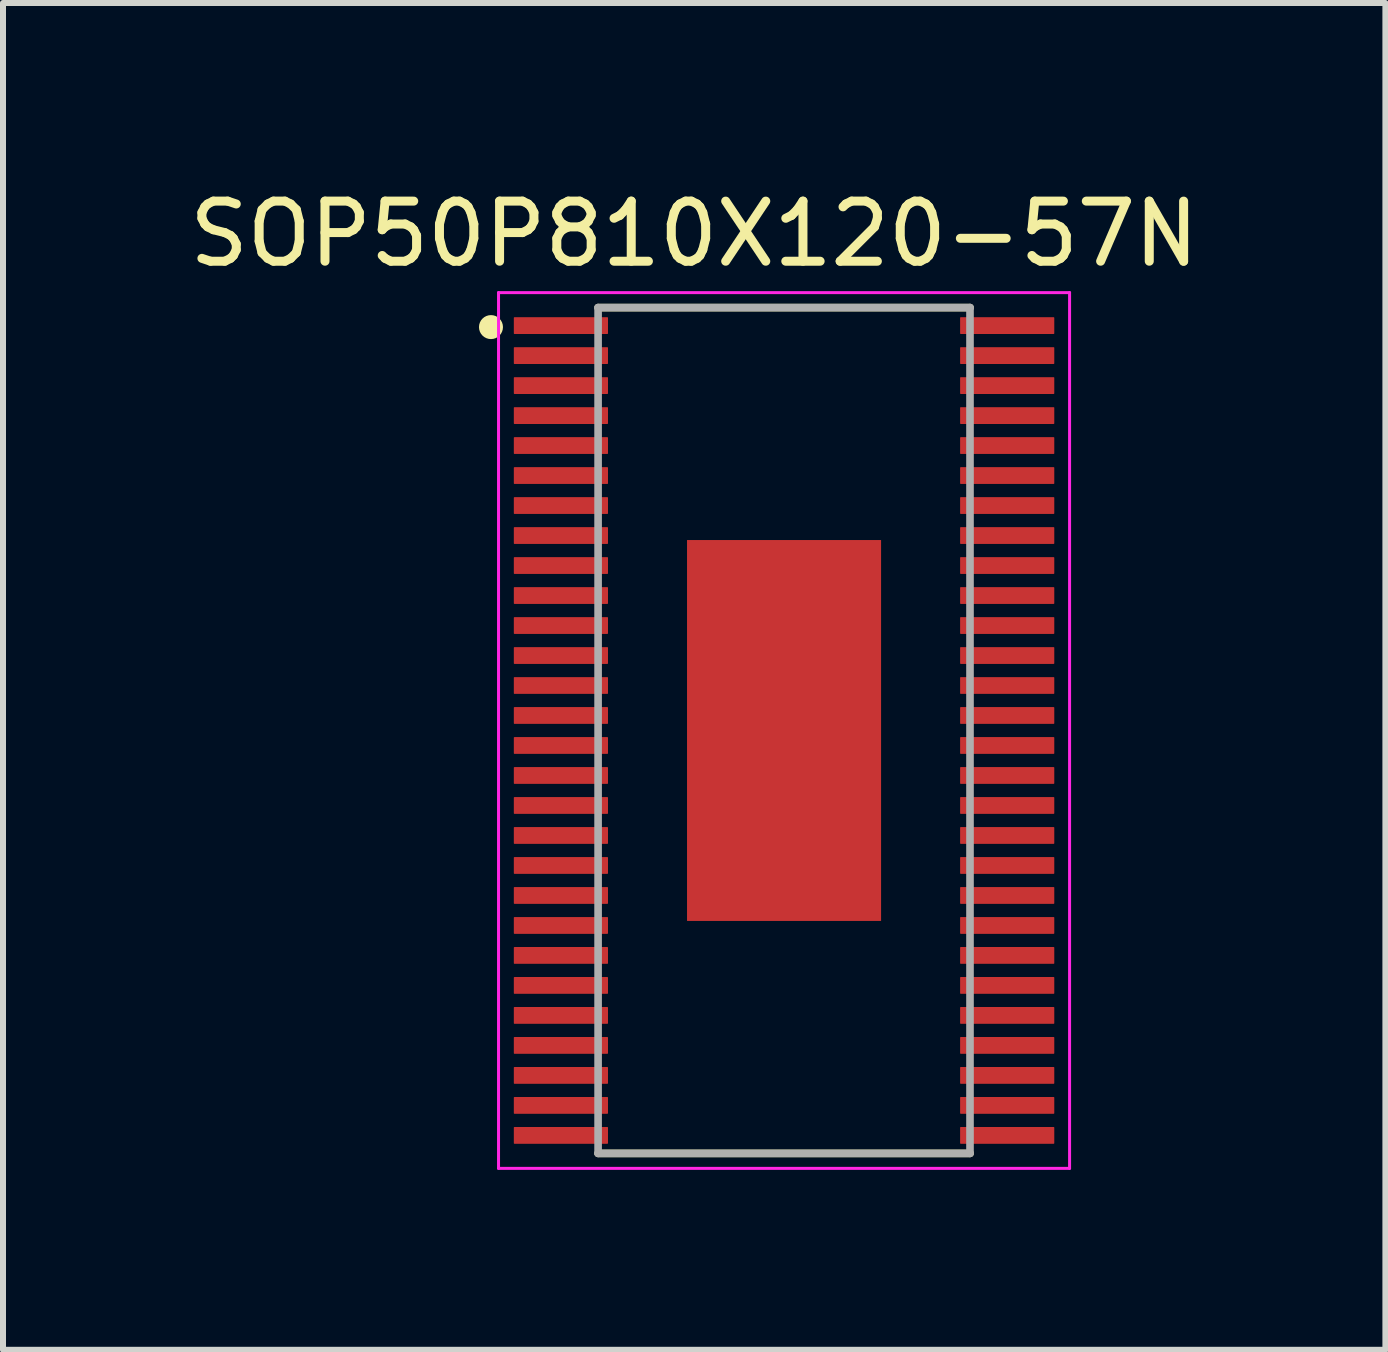
<source format=kicad_pcb>
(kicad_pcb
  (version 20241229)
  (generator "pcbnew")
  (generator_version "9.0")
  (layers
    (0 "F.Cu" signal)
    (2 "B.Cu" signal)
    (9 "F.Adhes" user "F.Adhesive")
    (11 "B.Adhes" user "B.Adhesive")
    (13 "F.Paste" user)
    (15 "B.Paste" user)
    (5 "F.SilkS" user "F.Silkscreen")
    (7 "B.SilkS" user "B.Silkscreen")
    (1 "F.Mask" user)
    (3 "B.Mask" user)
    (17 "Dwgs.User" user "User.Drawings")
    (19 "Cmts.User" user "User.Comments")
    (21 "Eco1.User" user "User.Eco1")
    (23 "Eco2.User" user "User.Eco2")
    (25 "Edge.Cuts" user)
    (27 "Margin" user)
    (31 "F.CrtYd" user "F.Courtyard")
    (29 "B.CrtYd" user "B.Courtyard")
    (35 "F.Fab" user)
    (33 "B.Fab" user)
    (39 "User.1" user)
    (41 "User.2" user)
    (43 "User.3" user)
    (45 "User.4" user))
  (footprint "SOP50P810X120-57N"
    (layer "F.Cu")
    (at 10.021 9.128)
    (property "Reference" "SOP50P810X120-57N" (at -1.498 -8.279 0) (layer "F.SilkS") (effects (font (size 1.002 1.002) (thickness 0.15))))
    (attr smd)
    (fp_line (start -3.1 -7.05) (end 3.1 -7.05) (stroke (width 0.127) (type solid)) (layer "F.SilkS"))
    (fp_line (start -3.1 7.05) (end 3.1 7.05) (stroke (width 0.127) (type solid)) (layer "F.SilkS"))
    (fp_circle (center -4.886 -6.725) (end -4.786 -6.725) (stroke (width 0.2) (type solid)) (fill no) (layer "F.SilkS"))
    (fp_poly (pts (xy -1.024 -2) (xy 1.023 -2) (xy 1.023 2.003) (xy -1.024 2.003)) (stroke (width 0.01) (type solid)) (fill yes) (layer "F.Paste"))
    (fp_line (start -4.76 -7.3) (end -4.76 7.3) (stroke (width 0.05) (type solid)) (layer "F.CrtYd"))
    (fp_line (start -4.76 -7.3) (end 4.76 -7.3) (stroke (width 0.05) (type solid)) (layer "F.CrtYd"))
    (fp_line (start -4.76 7.3) (end 4.76 7.3) (stroke (width 0.05) (type solid)) (layer "F.CrtYd"))
    (fp_line (start 4.76 -7.3) (end 4.76 7.3) (stroke (width 0.05) (type solid)) (layer "F.CrtYd"))
    (fp_line (start -3.1 -7.05) (end -3.1 7.05) (stroke (width 0.127) (type solid)) (layer "F.Fab"))
    (fp_line (start -3.1 -7.05) (end 3.1 -7.05) (stroke (width 0.127) (type solid)) (layer "F.Fab"))
    (fp_line (start -3.1 7.05) (end 3.1 7.05) (stroke (width 0.127) (type solid)) (layer "F.Fab"))
    (fp_line (start 3.1 -7.05) (end 3.1 7.05) (stroke (width 0.127) (type solid)) (layer "F.Fab"))
    (pad "1" smd roundrect (at -3.72 -6.75) (size 1.57 0.28) (layers "F.Cu" "F.Mask" "F.Paste") (roundrect_rratio 0.04))
    (pad "2" smd roundrect (at -3.72 -6.25) (size 1.57 0.28) (layers "F.Cu" "F.Mask" "F.Paste") (roundrect_rratio 0.04))
    (pad "3" smd roundrect (at -3.72 -5.75) (size 1.57 0.28) (layers "F.Cu" "F.Mask" "F.Paste") (roundrect_rratio 0.04))
    (pad "4" smd roundrect (at -3.72 -5.25) (size 1.57 0.28) (layers "F.Cu" "F.Mask" "F.Paste") (roundrect_rratio 0.04))
    (pad "5" smd roundrect (at -3.72 -4.75) (size 1.57 0.28) (layers "F.Cu" "F.Mask" "F.Paste") (roundrect_rratio 0.04))
    (pad "6" smd roundrect (at -3.72 -4.25) (size 1.57 0.28) (layers "F.Cu" "F.Mask" "F.Paste") (roundrect_rratio 0.04))
    (pad "7" smd roundrect (at -3.72 -3.75) (size 1.57 0.28) (layers "F.Cu" "F.Mask" "F.Paste") (roundrect_rratio 0.04))
    (pad "8" smd roundrect (at -3.72 -3.25) (size 1.57 0.28) (layers "F.Cu" "F.Mask" "F.Paste") (roundrect_rratio 0.04))
    (pad "9" smd roundrect (at -3.72 -2.75) (size 1.57 0.28) (layers "F.Cu" "F.Mask" "F.Paste") (roundrect_rratio 0.04))
    (pad "10" smd roundrect (at -3.72 -2.25) (size 1.57 0.28) (layers "F.Cu" "F.Mask" "F.Paste") (roundrect_rratio 0.04))
    (pad "11" smd roundrect (at -3.72 -1.75) (size 1.57 0.28) (layers "F.Cu" "F.Mask" "F.Paste") (roundrect_rratio 0.04))
    (pad "12" smd roundrect (at -3.72 -1.25) (size 1.57 0.28) (layers "F.Cu" "F.Mask" "F.Paste") (roundrect_rratio 0.04))
    (pad "13" smd roundrect (at -3.72 -0.75) (size 1.57 0.28) (layers "F.Cu" "F.Mask" "F.Paste") (roundrect_rratio 0.04))
    (pad "14" smd roundrect (at -3.72 -0.25) (size 1.57 0.28) (layers "F.Cu" "F.Mask" "F.Paste") (roundrect_rratio 0.04))
    (pad "15" smd roundrect (at -3.72 0.25) (size 1.57 0.28) (layers "F.Cu" "F.Mask" "F.Paste") (roundrect_rratio 0.04))
    (pad "16" smd roundrect (at -3.72 0.75) (size 1.57 0.28) (layers "F.Cu" "F.Mask" "F.Paste") (roundrect_rratio 0.04))
    (pad "17" smd roundrect (at -3.72 1.25) (size 1.57 0.28) (layers "F.Cu" "F.Mask" "F.Paste") (roundrect_rratio 0.04))
    (pad "18" smd roundrect (at -3.72 1.75) (size 1.57 0.28) (layers "F.Cu" "F.Mask" "F.Paste") (roundrect_rratio 0.04))
    (pad "19" smd roundrect (at -3.72 2.25) (size 1.57 0.28) (layers "F.Cu" "F.Mask" "F.Paste") (roundrect_rratio 0.04))
    (pad "20" smd roundrect (at -3.72 2.75) (size 1.57 0.28) (layers "F.Cu" "F.Mask" "F.Paste") (roundrect_rratio 0.04))
    (pad "21" smd roundrect (at -3.72 3.25) (size 1.57 0.28) (layers "F.Cu" "F.Mask" "F.Paste") (roundrect_rratio 0.04))
    (pad "22" smd roundrect (at -3.72 3.75) (size 1.57 0.28) (layers "F.Cu" "F.Mask" "F.Paste") (roundrect_rratio 0.04))
    (pad "23" smd roundrect (at -3.72 4.25) (size 1.57 0.28) (layers "F.Cu" "F.Mask" "F.Paste") (roundrect_rratio 0.04))
    (pad "24" smd roundrect (at -3.72 4.75) (size 1.57 0.28) (layers "F.Cu" "F.Mask" "F.Paste") (roundrect_rratio 0.04))
    (pad "25" smd roundrect (at -3.72 5.25) (size 1.57 0.28) (layers "F.Cu" "F.Mask" "F.Paste") (roundrect_rratio 0.04))
    (pad "26" smd roundrect (at -3.72 5.75) (size 1.57 0.28) (layers "F.Cu" "F.Mask" "F.Paste") (roundrect_rratio 0.04))
    (pad "27" smd roundrect (at -3.72 6.25) (size 1.57 0.28) (layers "F.Cu" "F.Mask" "F.Paste") (roundrect_rratio 0.04))
    (pad "28" smd roundrect (at -3.72 6.75) (size 1.57 0.28) (layers "F.Cu" "F.Mask" "F.Paste") (roundrect_rratio 0.04))
    (pad "29" smd roundrect (at 3.72 6.75) (size 1.57 0.28) (layers "F.Cu" "F.Mask" "F.Paste") (roundrect_rratio 0.04))
    (pad "30" smd roundrect (at 3.72 6.25) (size 1.57 0.28) (layers "F.Cu" "F.Mask" "F.Paste") (roundrect_rratio 0.04))
    (pad "31" smd roundrect (at 3.72 5.75) (size 1.57 0.28) (layers "F.Cu" "F.Mask" "F.Paste") (roundrect_rratio 0.04))
    (pad "32" smd roundrect (at 3.72 5.25) (size 1.57 0.28) (layers "F.Cu" "F.Mask" "F.Paste") (roundrect_rratio 0.04))
    (pad "33" smd roundrect (at 3.72 4.75) (size 1.57 0.28) (layers "F.Cu" "F.Mask" "F.Paste") (roundrect_rratio 0.04))
    (pad "34" smd roundrect (at 3.72 4.25) (size 1.57 0.28) (layers "F.Cu" "F.Mask" "F.Paste") (roundrect_rratio 0.04))
    (pad "35" smd roundrect (at 3.72 3.75) (size 1.57 0.28) (layers "F.Cu" "F.Mask" "F.Paste") (roundrect_rratio 0.04))
    (pad "36" smd roundrect (at 3.72 3.25) (size 1.57 0.28) (layers "F.Cu" "F.Mask" "F.Paste") (roundrect_rratio 0.04))
    (pad "37" smd roundrect (at 3.72 2.75) (size 1.57 0.28) (layers "F.Cu" "F.Mask" "F.Paste") (roundrect_rratio 0.04))
    (pad "38" smd roundrect (at 3.72 2.25) (size 1.57 0.28) (layers "F.Cu" "F.Mask" "F.Paste") (roundrect_rratio 0.04))
    (pad "39" smd roundrect (at 3.72 1.75) (size 1.57 0.28) (layers "F.Cu" "F.Mask" "F.Paste") (roundrect_rratio 0.04))
    (pad "40" smd roundrect (at 3.72 1.25) (size 1.57 0.28) (layers "F.Cu" "F.Mask" "F.Paste") (roundrect_rratio 0.04))
    (pad "41" smd roundrect (at 3.72 0.75) (size 1.57 0.28) (layers "F.Cu" "F.Mask" "F.Paste") (roundrect_rratio 0.04))
    (pad "42" smd roundrect (at 3.72 0.25) (size 1.57 0.28) (layers "F.Cu" "F.Mask" "F.Paste") (roundrect_rratio 0.04))
    (pad "43" smd roundrect (at 3.72 -0.25) (size 1.57 0.28) (layers "F.Cu" "F.Mask" "F.Paste") (roundrect_rratio 0.04))
    (pad "44" smd roundrect (at 3.72 -0.75) (size 1.57 0.28) (layers "F.Cu" "F.Mask" "F.Paste") (roundrect_rratio 0.04))
    (pad "45" smd roundrect (at 3.72 -1.25) (size 1.57 0.28) (layers "F.Cu" "F.Mask" "F.Paste") (roundrect_rratio 0.04))
    (pad "46" smd roundrect (at 3.72 -1.75) (size 1.57 0.28) (layers "F.Cu" "F.Mask" "F.Paste") (roundrect_rratio 0.04))
    (pad "47" smd roundrect (at 3.72 -2.25) (size 1.57 0.28) (layers "F.Cu" "F.Mask" "F.Paste") (roundrect_rratio 0.04))
    (pad "48" smd roundrect (at 3.72 -2.75) (size 1.57 0.28) (layers "F.Cu" "F.Mask" "F.Paste") (roundrect_rratio 0.04))
    (pad "49" smd roundrect (at 3.72 -3.25) (size 1.57 0.28) (layers "F.Cu" "F.Mask" "F.Paste") (roundrect_rratio 0.04))
    (pad "50" smd roundrect (at 3.72 -3.75) (size 1.57 0.28) (layers "F.Cu" "F.Mask" "F.Paste") (roundrect_rratio 0.04))
    (pad "51" smd roundrect (at 3.72 -4.25) (size 1.57 0.28) (layers "F.Cu" "F.Mask" "F.Paste") (roundrect_rratio 0.04))
    (pad "52" smd roundrect (at 3.72 -4.75) (size 1.57 0.28) (layers "F.Cu" "F.Mask" "F.Paste") (roundrect_rratio 0.04))
    (pad "53" smd roundrect (at 3.72 -5.25) (size 1.57 0.28) (layers "F.Cu" "F.Mask" "F.Paste") (roundrect_rratio 0.04))
    (pad "54" smd roundrect (at 3.72 -5.75) (size 1.57 0.28) (layers "F.Cu" "F.Mask" "F.Paste") (roundrect_rratio 0.04))
    (pad "55" smd roundrect (at 3.72 -6.25) (size 1.57 0.28) (layers "F.Cu" "F.Mask" "F.Paste") (roundrect_rratio 0.04))
    (pad "56" smd roundrect (at 3.72 -6.75) (size 1.57 0.28) (layers "F.Cu" "F.Mask" "F.Paste") (roundrect_rratio 0.04))
    (pad "57" smd rect (at 0 0) (size 3.235 6.35) (layers "F.Cu" "F.Mask")))
  (gr_rect
    (start -3 -3)
    (end 20.046 19.453)
    (stroke (width 0.1) (type default))
    (fill no)
    (layer "Edge.Cuts")))
</source>
